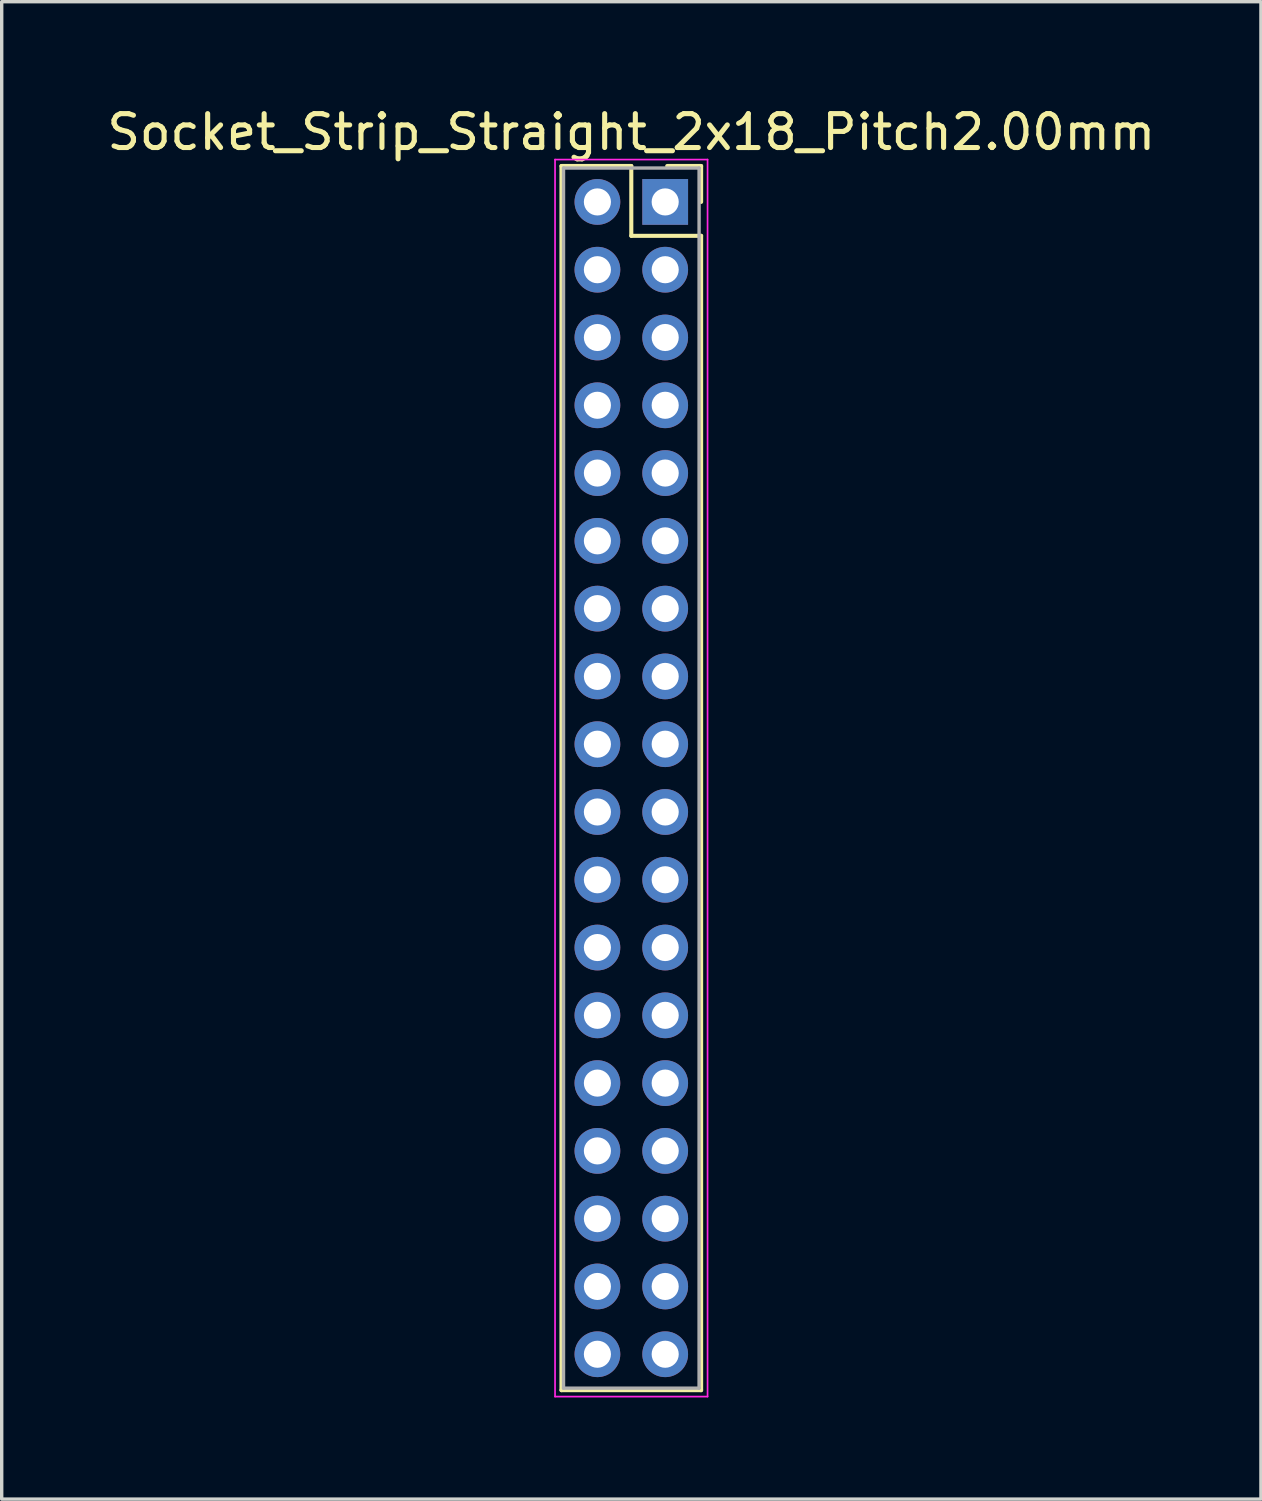
<source format=kicad_pcb>
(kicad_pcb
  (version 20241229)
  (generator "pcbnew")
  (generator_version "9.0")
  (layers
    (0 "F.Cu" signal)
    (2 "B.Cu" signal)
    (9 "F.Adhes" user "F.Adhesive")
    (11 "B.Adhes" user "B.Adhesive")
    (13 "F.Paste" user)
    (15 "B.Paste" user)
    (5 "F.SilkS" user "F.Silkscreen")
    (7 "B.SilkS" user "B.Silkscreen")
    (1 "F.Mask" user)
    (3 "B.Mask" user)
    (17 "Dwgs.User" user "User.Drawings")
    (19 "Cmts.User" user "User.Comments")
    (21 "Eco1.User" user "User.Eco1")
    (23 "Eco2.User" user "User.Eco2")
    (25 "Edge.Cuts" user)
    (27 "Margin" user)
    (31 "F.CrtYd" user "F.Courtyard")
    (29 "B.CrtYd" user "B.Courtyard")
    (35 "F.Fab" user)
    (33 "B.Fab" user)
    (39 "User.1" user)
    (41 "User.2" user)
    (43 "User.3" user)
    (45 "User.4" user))
  (footprint "Socket_Strip_Straight_2x18_Pitch2.00mm"
    (layer "F.Cu")
    (at 16.577 2.908)
    (property "Reference" "Socket_Strip_Straight_2x18_Pitch2.00mm" (at -1 -2.06 0) (layer "F.SilkS") (effects (font (size 1 1) (thickness 0.15))))
    (attr through_hole)
    (fp_line (start -3.06 -1.06) (end -1 -1.06) (stroke (width 0.12) (type solid)) (layer "F.SilkS"))
    (fp_line (start -3.06 35.06) (end -3.06 -1.06) (stroke (width 0.12) (type solid)) (layer "F.SilkS"))
    (fp_line (start -1 -1.06) (end -1 1) (stroke (width 0.12) (type solid)) (layer "F.SilkS"))
    (fp_line (start -1 1) (end 1.06 1) (stroke (width 0.12) (type solid)) (layer "F.SilkS"))
    (fp_line (start 1.06 -1.06) (end 0.06 -1.06) (stroke (width 0.12) (type solid)) (layer "F.SilkS"))
    (fp_line (start 1.06 0) (end 1.06 -1.06) (stroke (width 0.12) (type solid)) (layer "F.SilkS"))
    (fp_line (start 1.06 1) (end 1.06 35.06) (stroke (width 0.12) (type solid)) (layer "F.SilkS"))
    (fp_line (start 1.06 35.06) (end -3.06 35.06) (stroke (width 0.12) (type solid)) (layer "F.SilkS"))
    (fp_line (start -3.25 -1.25) (end -3.25 35.25) (stroke (width 0.05) (type solid)) (layer "F.CrtYd"))
    (fp_line (start -3.25 35.25) (end 1.25 35.25) (stroke (width 0.05) (type solid)) (layer "F.CrtYd"))
    (fp_line (start 1.25 -1.25) (end -3.25 -1.25) (stroke (width 0.05) (type solid)) (layer "F.CrtYd"))
    (fp_line (start 1.25 35.25) (end 1.25 -1.25) (stroke (width 0.05) (type solid)) (layer "F.CrtYd"))
    (fp_line (start -3 -1) (end -3 35) (stroke (width 0.1) (type solid)) (layer "F.Fab"))
    (fp_line (start -3 35) (end 1 35) (stroke (width 0.1) (type solid)) (layer "F.Fab"))
    (fp_line (start 1 -1) (end -3 -1) (stroke (width 0.1) (type solid)) (layer "F.Fab"))
    (fp_line (start 1 35) (end 1 -1) (stroke (width 0.1) (type solid)) (layer "F.Fab"))
    (pad "1" thru_hole rect (at 0 0) (size 1.35 1.35) (drill 0.8) (layers "*.Cu" "*.Mask"))
    (pad "2" thru_hole oval (at -2 0) (size 1.35 1.35) (drill 0.8) (layers "*.Cu" "*.Mask"))
    (pad "3" thru_hole oval (at 0 2) (size 1.35 1.35) (drill 0.8) (layers "*.Cu" "*.Mask"))
    (pad "4" thru_hole oval (at -2 2) (size 1.35 1.35) (drill 0.8) (layers "*.Cu" "*.Mask"))
    (pad "5" thru_hole oval (at 0 4) (size 1.35 1.35) (drill 0.8) (layers "*.Cu" "*.Mask"))
    (pad "6" thru_hole oval (at -2 4) (size 1.35 1.35) (drill 0.8) (layers "*.Cu" "*.Mask"))
    (pad "7" thru_hole oval (at 0 6) (size 1.35 1.35) (drill 0.8) (layers "*.Cu" "*.Mask"))
    (pad "8" thru_hole oval (at -2 6) (size 1.35 1.35) (drill 0.8) (layers "*.Cu" "*.Mask"))
    (pad "9" thru_hole oval (at 0 8) (size 1.35 1.35) (drill 0.8) (layers "*.Cu" "*.Mask"))
    (pad "10" thru_hole oval (at -2 8) (size 1.35 1.35) (drill 0.8) (layers "*.Cu" "*.Mask"))
    (pad "11" thru_hole oval (at 0 10) (size 1.35 1.35) (drill 0.8) (layers "*.Cu" "*.Mask"))
    (pad "12" thru_hole oval (at -2 10) (size 1.35 1.35) (drill 0.8) (layers "*.Cu" "*.Mask"))
    (pad "13" thru_hole oval (at 0 12) (size 1.35 1.35) (drill 0.8) (layers "*.Cu" "*.Mask"))
    (pad "14" thru_hole oval (at -2 12) (size 1.35 1.35) (drill 0.8) (layers "*.Cu" "*.Mask"))
    (pad "15" thru_hole oval (at 0 14) (size 1.35 1.35) (drill 0.8) (layers "*.Cu" "*.Mask"))
    (pad "16" thru_hole oval (at -2 14) (size 1.35 1.35) (drill 0.8) (layers "*.Cu" "*.Mask"))
    (pad "17" thru_hole oval (at 0 16) (size 1.35 1.35) (drill 0.8) (layers "*.Cu" "*.Mask"))
    (pad "18" thru_hole oval (at -2 16) (size 1.35 1.35) (drill 0.8) (layers "*.Cu" "*.Mask"))
    (pad "19" thru_hole oval (at 0 18) (size 1.35 1.35) (drill 0.8) (layers "*.Cu" "*.Mask"))
    (pad "20" thru_hole oval (at -2 18) (size 1.35 1.35) (drill 0.8) (layers "*.Cu" "*.Mask"))
    (pad "21" thru_hole oval (at 0 20) (size 1.35 1.35) (drill 0.8) (layers "*.Cu" "*.Mask"))
    (pad "22" thru_hole oval (at -2 20) (size 1.35 1.35) (drill 0.8) (layers "*.Cu" "*.Mask"))
    (pad "23" thru_hole oval (at 0 22) (size 1.35 1.35) (drill 0.8) (layers "*.Cu" "*.Mask"))
    (pad "24" thru_hole oval (at -2 22) (size 1.35 1.35) (drill 0.8) (layers "*.Cu" "*.Mask"))
    (pad "25" thru_hole oval (at 0 24) (size 1.35 1.35) (drill 0.8) (layers "*.Cu" "*.Mask"))
    (pad "26" thru_hole oval (at -2 24) (size 1.35 1.35) (drill 0.8) (layers "*.Cu" "*.Mask"))
    (pad "27" thru_hole oval (at 0 26) (size 1.35 1.35) (drill 0.8) (layers "*.Cu" "*.Mask"))
    (pad "28" thru_hole oval (at -2 26) (size 1.35 1.35) (drill 0.8) (layers "*.Cu" "*.Mask"))
    (pad "29" thru_hole oval (at 0 28) (size 1.35 1.35) (drill 0.8) (layers "*.Cu" "*.Mask"))
    (pad "30" thru_hole oval (at -2 28) (size 1.35 1.35) (drill 0.8) (layers "*.Cu" "*.Mask"))
    (pad "31" thru_hole oval (at 0 30) (size 1.35 1.35) (drill 0.8) (layers "*.Cu" "*.Mask"))
    (pad "32" thru_hole oval (at -2 30) (size 1.35 1.35) (drill 0.8) (layers "*.Cu" "*.Mask"))
    (pad "33" thru_hole oval (at 0 32) (size 1.35 1.35) (drill 0.8) (layers "*.Cu" "*.Mask"))
    (pad "34" thru_hole oval (at -2 32) (size 1.35 1.35) (drill 0.8) (layers "*.Cu" "*.Mask"))
    (pad "35" thru_hole oval (at 0 34) (size 1.35 1.35) (drill 0.8) (layers "*.Cu" "*.Mask"))
    (pad "36" thru_hole oval (at -2 34) (size 1.35 1.35) (drill 0.8) (layers "*.Cu" "*.Mask")))
  (gr_rect
    (start -3 -3)
    (end 34.155 41.183)
    (stroke (width 0.1) (type default))
    (fill no)
    (layer "Edge.Cuts")))
</source>
